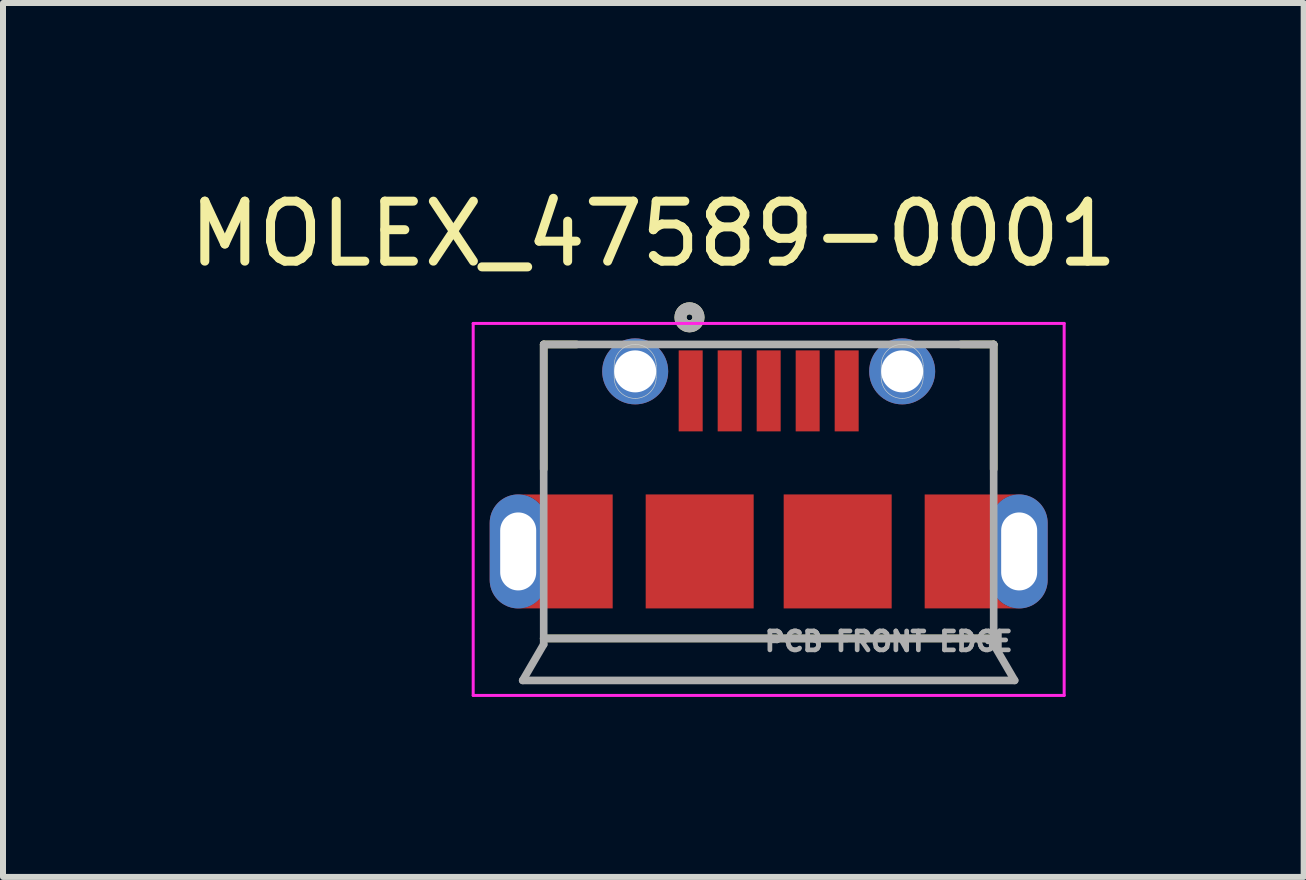
<source format=kicad_pcb>
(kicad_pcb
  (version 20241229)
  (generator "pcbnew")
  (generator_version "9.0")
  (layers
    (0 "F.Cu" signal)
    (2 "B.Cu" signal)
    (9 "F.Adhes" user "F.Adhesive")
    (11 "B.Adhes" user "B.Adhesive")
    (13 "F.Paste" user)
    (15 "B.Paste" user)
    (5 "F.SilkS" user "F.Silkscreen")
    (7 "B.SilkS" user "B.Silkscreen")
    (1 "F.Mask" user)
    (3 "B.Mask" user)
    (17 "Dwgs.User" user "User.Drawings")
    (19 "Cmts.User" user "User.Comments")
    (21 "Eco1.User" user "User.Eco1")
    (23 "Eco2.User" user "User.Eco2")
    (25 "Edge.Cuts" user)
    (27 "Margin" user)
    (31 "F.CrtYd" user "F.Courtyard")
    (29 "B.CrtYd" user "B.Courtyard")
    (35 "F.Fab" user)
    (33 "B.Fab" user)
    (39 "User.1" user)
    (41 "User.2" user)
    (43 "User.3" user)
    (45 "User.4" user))
  (footprint "MOLEX_47589-0001"
    (layer "F.Cu")
    (at 9.762 5.403)
    (property "Reference" "MOLEX_47589-0001" (at -1.922 -4.555 0) (layer "F.SilkS") (effects (font (size 1 1) (thickness 0.15))))
    (attr smd)
    (fp_poly (pts (xy -2.6 1.688) (xy -4.175 1.688) (xy -4.153 1.687) (xy -4.128 1.685) (xy -4.103 1.682) (xy -4.078 1.677) (xy -4.054 1.671) (xy -4.03 1.664) (xy -4.006 1.656) (xy -3.983 1.646) (xy -3.961 1.635) (xy -3.939 1.624) (xy -3.917 1.61) (xy -3.897 1.596) (xy -3.877 1.581) (xy -3.858 1.565) (xy -3.84 1.548) (xy -3.823 1.53) (xy -3.806 1.511) (xy -3.791 1.491) (xy -3.777 1.47) (xy -3.764 1.449) (xy -3.752 1.427) (xy -3.741 1.404) (xy -3.732 1.381) (xy -3.723 1.358) (xy -3.716 1.334) (xy -3.71 1.309) (xy -3.706 1.285) (xy -3.703 1.26) (xy -3.701 1.235) (xy -3.7 1.208) (xy -3.7 0.258) (xy -3.701 0.235) (xy -3.703 0.211) (xy -3.706 0.186) (xy -3.71 0.162) (xy -3.716 0.138) (xy -3.723 0.114) (xy -3.731 0.091) (xy -3.741 0.068) (xy -3.751 0.045) (xy -3.763 0.024) (xy -3.776 0.003) (xy -3.79 -0.018) (xy -3.805 -0.037) (xy -3.821 -0.056) (xy -3.838 -0.074) (xy -3.856 -0.091) (xy -3.875 -0.107) (xy -3.895 -0.122) (xy -3.915 -0.136) (xy -3.936 -0.149) (xy -3.958 -0.161) (xy -3.98 -0.172) (xy -4.003 -0.181) (xy -4.026 -0.189) (xy -4.05 -0.196) (xy -4.074 -0.202) (xy -4.099 -0.207) (xy -4.123 -0.21) (xy -4.148 -0.212) (xy -4.175 -0.212) (xy -2.6 -0.212) (xy -2.6 1.688) (xy -2.6 1.688)) (stroke (width 0.0001) (type solid)) (fill yes) (layer "F.Cu"))
    (fp_poly (pts (xy 2.6 -0.212) (xy 4.175 -0.212) (xy 4.153 -0.212) (xy 4.128 -0.21) (xy 4.103 -0.207) (xy 4.078 -0.202) (xy 4.054 -0.196) (xy 4.03 -0.189) (xy 4.006 -0.181) (xy 3.983 -0.171) (xy 3.961 -0.16) (xy 3.939 -0.149) (xy 3.917 -0.135) (xy 3.897 -0.121) (xy 3.877 -0.106) (xy 3.858 -0.09) (xy 3.84 -0.073) (xy 3.823 -0.055) (xy 3.806 -0.036) (xy 3.791 -0.016) (xy 3.777 0.005) (xy 3.764 0.026) (xy 3.752 0.048) (xy 3.741 0.071) (xy 3.732 0.094) (xy 3.723 0.117) (xy 3.716 0.141) (xy 3.71 0.166) (xy 3.706 0.19) (xy 3.703 0.215) (xy 3.701 0.24) (xy 3.7 0.268) (xy 3.7 1.218) (xy 3.701 1.24) (xy 3.703 1.264) (xy 3.706 1.289) (xy 3.71 1.313) (xy 3.716 1.337) (xy 3.723 1.361) (xy 3.731 1.384) (xy 3.741 1.407) (xy 3.751 1.43) (xy 3.763 1.451) (xy 3.776 1.472) (xy 3.79 1.493) (xy 3.805 1.512) (xy 3.821 1.531) (xy 3.838 1.549) (xy 3.856 1.566) (xy 3.875 1.582) (xy 3.895 1.597) (xy 3.915 1.611) (xy 3.936 1.624) (xy 3.958 1.636) (xy 3.98 1.647) (xy 4.003 1.656) (xy 4.026 1.664) (xy 4.05 1.671) (xy 4.074 1.677) (xy 4.099 1.682) (xy 4.123 1.685) (xy 4.148 1.687) (xy 4.175 1.688) (xy 2.6 1.688) (xy 2.6 -0.212) (xy 2.6 -0.212)) (stroke (width 0.0001) (type solid)) (fill yes) (layer "F.Cu"))
    (fp_poly (pts (xy -4.475 0.738) (xy -4.475 0.388) (xy -4.475 0.372) (xy -4.473 0.356) (xy -4.471 0.341) (xy -4.468 0.325) (xy -4.465 0.31) (xy -4.46 0.295) (xy -4.455 0.28) (xy -4.449 0.265) (xy -4.442 0.251) (xy -4.435 0.237) (xy -4.427 0.224) (xy -4.418 0.211) (xy -4.408 0.199) (xy -4.398 0.187) (xy -4.387 0.175) (xy -4.376 0.165) (xy -4.364 0.154) (xy -4.351 0.145) (xy -4.338 0.136) (xy -4.325 0.128) (xy -4.311 0.12) (xy -4.297 0.113) (xy -4.283 0.107) (xy -4.268 0.102) (xy -4.253 0.098) (xy -4.237 0.094) (xy -4.222 0.091) (xy -4.206 0.089) (xy -4.191 0.088) (xy -4.175 0.087) (xy -4.159 0.088) (xy -4.144 0.089) (xy -4.128 0.091) (xy -4.113 0.094) (xy -4.097 0.098) (xy -4.082 0.102) (xy -4.067 0.107) (xy -4.053 0.113) (xy -4.039 0.12) (xy -4.025 0.128) (xy -4.012 0.136) (xy -3.999 0.145) (xy -3.986 0.154) (xy -3.974 0.165) (xy -3.963 0.175) (xy -3.952 0.187) (xy -3.942 0.199) (xy -3.932 0.211) (xy -3.923 0.224) (xy -3.915 0.237) (xy -3.908 0.251) (xy -3.901 0.265) (xy -3.895 0.28) (xy -3.89 0.295) (xy -3.885 0.31) (xy -3.882 0.325) (xy -3.879 0.341) (xy -3.877 0.356) (xy -3.875 0.372) (xy -3.875 0.388) (xy -3.875 1.087) (xy -3.875 1.103) (xy -3.877 1.119) (xy -3.879 1.134) (xy -3.882 1.15) (xy -3.885 1.165) (xy -3.89 1.18) (xy -3.895 1.195) (xy -3.901 1.21) (xy -3.908 1.224) (xy -3.915 1.237) (xy -3.923 1.251) (xy -3.932 1.264) (xy -3.942 1.276) (xy -3.952 1.288) (xy -3.963 1.3) (xy -3.974 1.31) (xy -3.986 1.321) (xy -3.999 1.33) (xy -4.012 1.339) (xy -4.025 1.347) (xy -4.039 1.355) (xy -4.053 1.362) (xy -4.067 1.368) (xy -4.082 1.373) (xy -4.097 1.377) (xy -4.113 1.381) (xy -4.128 1.384) (xy -4.144 1.386) (xy -4.159 1.387) (xy -4.175 1.387) (xy -4.191 1.387) (xy -4.206 1.386) (xy -4.222 1.384) (xy -4.237 1.381) (xy -4.253 1.377) (xy -4.268 1.373) (xy -4.283 1.368) (xy -4.297 1.362) (xy -4.311 1.355) (xy -4.325 1.347) (xy -4.338 1.339) (xy -4.351 1.33) (xy -4.364 1.321) (xy -4.376 1.31) (xy -4.387 1.3) (xy -4.398 1.288) (xy -4.408 1.276) (xy -4.418 1.264) (xy -4.427 1.251) (xy -4.435 1.237) (xy -4.442 1.224) (xy -4.449 1.21) (xy -4.455 1.195) (xy -4.46 1.18) (xy -4.465 1.165) (xy -4.468 1.15) (xy -4.471 1.134) (xy -4.473 1.119) (xy -4.475 1.103) (xy -4.475 1.087) (xy -4.475 0.738) (xy -4.775 0.738) (xy -4.775 1.238) (xy -4.773 1.263) (xy -4.77 1.293) (xy -4.765 1.322) (xy -4.758 1.352) (xy -4.75 1.381) (xy -4.741 1.409) (xy -4.73 1.437) (xy -4.717 1.465) (xy -4.703 1.492) (xy -4.688 1.517) (xy -4.671 1.543) (xy -4.654 1.567) (xy -4.634 1.59) (xy -4.614 1.612) (xy -4.593 1.633) (xy -4.57 1.653) (xy -4.546 1.672) (xy -4.522 1.69) (xy -4.496 1.706) (xy -4.47 1.721) (xy -4.443 1.734) (xy -4.416 1.746) (xy -4.387 1.757) (xy -4.359 1.766) (xy -4.329 1.773) (xy -4.3 1.779) (xy -4.27 1.784) (xy -4.24 1.787) (xy -4.21 1.788) (xy -4.175 1.788) (xy -2.5 1.788) (xy -2.5 -0.313) (xy -4.175 -0.313) (xy -4.21 -0.313) (xy -4.24 -0.312) (xy -4.27 -0.309) (xy -4.3 -0.304) (xy -4.329 -0.298) (xy -4.359 -0.291) (xy -4.387 -0.282) (xy -4.416 -0.271) (xy -4.443 -0.259) (xy -4.47 -0.246) (xy -4.496 -0.231) (xy -4.522 -0.215) (xy -4.546 -0.197) (xy -4.57 -0.178) (xy -4.593 -0.158) (xy -4.614 -0.137) (xy -4.634 -0.115) (xy -4.654 -0.092) (xy -4.671 -0.068) (xy -4.688 -0.042) (xy -4.703 -0.017) (xy -4.717 0.01) (xy -4.73 0.038) (xy -4.741 0.066) (xy -4.75 0.094) (xy -4.758 0.123) (xy -4.765 0.153) (xy -4.77 0.182) (xy -4.773 0.212) (xy -4.775 0.237) (xy -4.775 0.738) (xy -4.475 0.738) (xy -4.475 0.738)) (stroke (width 0) (type solid)) (fill yes) (layer "F.Mask"))
    (fp_poly (pts (xy 4.475 0.738) (xy 4.475 1.087) (xy 4.475 1.103) (xy 4.473 1.119) (xy 4.471 1.134) (xy 4.468 1.15) (xy 4.465 1.165) (xy 4.46 1.18) (xy 4.455 1.195) (xy 4.449 1.21) (xy 4.442 1.224) (xy 4.435 1.237) (xy 4.427 1.251) (xy 4.418 1.264) (xy 4.408 1.276) (xy 4.398 1.288) (xy 4.387 1.3) (xy 4.376 1.31) (xy 4.364 1.321) (xy 4.351 1.33) (xy 4.338 1.339) (xy 4.325 1.347) (xy 4.311 1.355) (xy 4.297 1.362) (xy 4.283 1.368) (xy 4.268 1.373) (xy 4.253 1.377) (xy 4.237 1.381) (xy 4.222 1.384) (xy 4.206 1.386) (xy 4.191 1.387) (xy 4.175 1.387) (xy 4.159 1.387) (xy 4.144 1.386) (xy 4.128 1.384) (xy 4.113 1.381) (xy 4.097 1.377) (xy 4.082 1.373) (xy 4.067 1.368) (xy 4.053 1.362) (xy 4.039 1.355) (xy 4.025 1.347) (xy 4.012 1.339) (xy 3.999 1.33) (xy 3.986 1.321) (xy 3.974 1.31) (xy 3.963 1.3) (xy 3.952 1.288) (xy 3.942 1.276) (xy 3.932 1.264) (xy 3.923 1.251) (xy 3.915 1.237) (xy 3.908 1.224) (xy 3.901 1.21) (xy 3.895 1.195) (xy 3.89 1.18) (xy 3.885 1.165) (xy 3.882 1.15) (xy 3.879 1.134) (xy 3.877 1.119) (xy 3.875 1.103) (xy 3.875 1.087) (xy 3.875 0.388) (xy 3.875 0.372) (xy 3.877 0.356) (xy 3.879 0.341) (xy 3.882 0.325) (xy 3.885 0.31) (xy 3.89 0.295) (xy 3.895 0.28) (xy 3.901 0.265) (xy 3.908 0.251) (xy 3.915 0.237) (xy 3.923 0.224) (xy 3.932 0.211) (xy 3.942 0.199) (xy 3.952 0.187) (xy 3.963 0.175) (xy 3.974 0.165) (xy 3.986 0.154) (xy 3.999 0.145) (xy 4.012 0.136) (xy 4.025 0.128) (xy 4.039 0.12) (xy 4.053 0.113) (xy 4.067 0.107) (xy 4.082 0.102) (xy 4.097 0.098) (xy 4.113 0.094) (xy 4.128 0.091) (xy 4.144 0.089) (xy 4.159 0.088) (xy 4.175 0.087) (xy 4.191 0.088) (xy 4.206 0.089) (xy 4.222 0.091) (xy 4.237 0.094) (xy 4.253 0.098) (xy 4.268 0.102) (xy 4.283 0.107) (xy 4.297 0.113) (xy 4.311 0.12) (xy 4.325 0.128) (xy 4.338 0.136) (xy 4.351 0.145) (xy 4.364 0.154) (xy 4.376 0.165) (xy 4.387 0.175) (xy 4.398 0.187) (xy 4.408 0.199) (xy 4.418 0.211) (xy 4.427 0.224) (xy 4.435 0.237) (xy 4.442 0.251) (xy 4.449 0.265) (xy 4.455 0.28) (xy 4.46 0.295) (xy 4.465 0.31) (xy 4.468 0.325) (xy 4.471 0.341) (xy 4.473 0.356) (xy 4.475 0.372) (xy 4.475 0.388) (xy 4.475 0.738) (xy 4.775 0.738) (xy 4.775 0.237) (xy 4.773 0.212) (xy 4.77 0.182) (xy 4.765 0.153) (xy 4.758 0.123) (xy 4.75 0.094) (xy 4.741 0.066) (xy 4.73 0.038) (xy 4.717 0.01) (xy 4.703 -0.017) (xy 4.688 -0.042) (xy 4.671 -0.068) (xy 4.654 -0.092) (xy 4.634 -0.115) (xy 4.614 -0.137) (xy 4.593 -0.158) (xy 4.57 -0.178) (xy 4.546 -0.197) (xy 4.522 -0.215) (xy 4.496 -0.231) (xy 4.47 -0.246) (xy 4.443 -0.259) (xy 4.416 -0.271) (xy 4.387 -0.282) (xy 4.359 -0.291) (xy 4.329 -0.298) (xy 4.3 -0.304) (xy 4.27 -0.309) (xy 4.24 -0.312) (xy 4.21 -0.313) (xy 4.175 -0.313) (xy 2.5 -0.313) (xy 2.5 1.788) (xy 4.175 1.788) (xy 4.21 1.788) (xy 4.24 1.787) (xy 4.27 1.784) (xy 4.3 1.779) (xy 4.329 1.773) (xy 4.359 1.766) (xy 4.387 1.757) (xy 4.416 1.746) (xy 4.443 1.734) (xy 4.47 1.721) (xy 4.496 1.706) (xy 4.522 1.69) (xy 4.546 1.672) (xy 4.57 1.653) (xy 4.593 1.633) (xy 4.614 1.612) (xy 4.634 1.59) (xy 4.654 1.567) (xy 4.671 1.543) (xy 4.688 1.517) (xy 4.703 1.492) (xy 4.717 1.465) (xy 4.73 1.437) (xy 4.741 1.409) (xy 4.75 1.381) (xy 4.758 1.352) (xy 4.765 1.322) (xy 4.77 1.293) (xy 4.773 1.263) (xy 4.775 1.238) (xy 4.775 0.738) (xy 4.475 0.738) (xy 4.475 0.738)) (stroke (width 0) (type solid)) (fill yes) (layer "F.Mask"))
    (fp_line (start -3.75 -2.712) (end -3.2 -2.712) (stroke (width 0.127) (type solid)) (layer "F.SilkS"))
    (fp_line (start -3.75 -0.632) (end -3.75 -2.712) (stroke (width 0.127) (type solid)) (layer "F.SilkS"))
    (fp_line (start -3.75 2.188) (end 3.75 2.188) (stroke (width 0.127) (type solid)) (layer "F.SilkS"))
    (fp_line (start 3.75 -2.712) (end 3.2 -2.712) (stroke (width 0.127) (type solid)) (layer "F.SilkS"))
    (fp_line (start 3.75 -0.632) (end 3.75 -2.712) (stroke (width 0.127) (type solid)) (layer "F.SilkS"))
    (fp_circle (center -1.32 -3.164) (end -1.27 -3.164) (stroke (width 0.2) (type solid)) (fill no) (layer "F.SilkS"))
    (fp_poly (pts (xy -4.475 0.738) (xy -4.475 0.388) (xy -4.475 0.372) (xy -4.473 0.356) (xy -4.471 0.341) (xy -4.468 0.325) (xy -4.465 0.31) (xy -4.46 0.295) (xy -4.455 0.28) (xy -4.449 0.265) (xy -4.442 0.251) (xy -4.435 0.237) (xy -4.427 0.224) (xy -4.418 0.211) (xy -4.408 0.199) (xy -4.398 0.187) (xy -4.387 0.175) (xy -4.376 0.165) (xy -4.364 0.154) (xy -4.351 0.145) (xy -4.338 0.136) (xy -4.325 0.128) (xy -4.311 0.12) (xy -4.297 0.113) (xy -4.283 0.107) (xy -4.268 0.102) (xy -4.253 0.098) (xy -4.237 0.094) (xy -4.222 0.091) (xy -4.206 0.089) (xy -4.191 0.088) (xy -4.175 0.087) (xy -4.159 0.088) (xy -4.144 0.089) (xy -4.128 0.091) (xy -4.113 0.094) (xy -4.097 0.098) (xy -4.082 0.102) (xy -4.067 0.107) (xy -4.053 0.113) (xy -4.039 0.12) (xy -4.025 0.128) (xy -4.012 0.136) (xy -3.999 0.145) (xy -3.986 0.154) (xy -3.974 0.165) (xy -3.963 0.175) (xy -3.952 0.187) (xy -3.942 0.199) (xy -3.932 0.211) (xy -3.923 0.224) (xy -3.915 0.237) (xy -3.908 0.251) (xy -3.901 0.265) (xy -3.895 0.28) (xy -3.89 0.295) (xy -3.885 0.31) (xy -3.882 0.325) (xy -3.879 0.341) (xy -3.877 0.356) (xy -3.875 0.372) (xy -3.875 0.388) (xy -3.875 1.087) (xy -3.875 1.103) (xy -3.877 1.119) (xy -3.879 1.134) (xy -3.882 1.15) (xy -3.885 1.165) (xy -3.89 1.18) (xy -3.895 1.195) (xy -3.901 1.21) (xy -3.908 1.224) (xy -3.915 1.237) (xy -3.923 1.251) (xy -3.932 1.264) (xy -3.942 1.276) (xy -3.952 1.288) (xy -3.963 1.3) (xy -3.974 1.31) (xy -3.986 1.321) (xy -3.999 1.33) (xy -4.012 1.339) (xy -4.025 1.347) (xy -4.039 1.355) (xy -4.053 1.362) (xy -4.067 1.368) (xy -4.082 1.373) (xy -4.097 1.377) (xy -4.113 1.381) (xy -4.128 1.384) (xy -4.144 1.386) (xy -4.159 1.387) (xy -4.175 1.387) (xy -4.191 1.387) (xy -4.206 1.386) (xy -4.222 1.384) (xy -4.237 1.381) (xy -4.253 1.377) (xy -4.268 1.373) (xy -4.283 1.368) (xy -4.297 1.362) (xy -4.311 1.355) (xy -4.325 1.347) (xy -4.338 1.339) (xy -4.351 1.33) (xy -4.364 1.321) (xy -4.376 1.31) (xy -4.387 1.3) (xy -4.398 1.288) (xy -4.408 1.276) (xy -4.418 1.264) (xy -4.427 1.251) (xy -4.435 1.237) (xy -4.442 1.224) (xy -4.449 1.21) (xy -4.455 1.195) (xy -4.46 1.18) (xy -4.465 1.165) (xy -4.468 1.15) (xy -4.471 1.134) (xy -4.473 1.119) (xy -4.475 1.103) (xy -4.475 1.087) (xy -4.475 0.738) (xy -4.675 0.738) (xy -4.675 1.238) (xy -4.673 1.262) (xy -4.67 1.287) (xy -4.665 1.311) (xy -4.659 1.336) (xy -4.652 1.359) (xy -4.644 1.383) (xy -4.635 1.406) (xy -4.624 1.428) (xy -4.612 1.45) (xy -4.599 1.472) (xy -4.585 1.492) (xy -4.57 1.512) (xy -4.553 1.531) (xy -4.536 1.549) (xy -4.518 1.566) (xy -4.499 1.582) (xy -4.48 1.597) (xy -4.459 1.611) (xy -4.438 1.624) (xy -4.416 1.636) (xy -4.393 1.647) (xy -4.37 1.657) (xy -4.347 1.665) (xy -4.323 1.672) (xy -4.299 1.678) (xy -4.274 1.682) (xy -4.25 1.686) (xy -4.225 1.688) (xy -4.2 1.688) (xy -4.175 1.688) (xy -2.6 1.688) (xy -2.6 -0.212) (xy -4.175 -0.212) (xy -4.2 -0.213) (xy -4.225 -0.213) (xy -4.25 -0.211) (xy -4.274 -0.207) (xy -4.299 -0.203) (xy -4.323 -0.197) (xy -4.347 -0.19) (xy -4.37 -0.182) (xy -4.393 -0.172) (xy -4.416 -0.161) (xy -4.438 -0.149) (xy -4.459 -0.136) (xy -4.48 -0.122) (xy -4.499 -0.107) (xy -4.518 -0.091) (xy -4.536 -0.074) (xy -4.553 -0.056) (xy -4.57 -0.037) (xy -4.585 -0.017) (xy -4.599 0.003) (xy -4.612 0.025) (xy -4.624 0.047) (xy -4.635 0.069) (xy -4.644 0.092) (xy -4.652 0.116) (xy -4.659 0.139) (xy -4.665 0.164) (xy -4.67 0.188) (xy -4.673 0.213) (xy -4.675 0.237) (xy -4.675 0.738) (xy -4.475 0.738) (xy -4.475 0.738)) (stroke (width 0) (type solid)) (fill yes) (layer "F.Paste"))
    (fp_poly (pts (xy 4.475 0.738) (xy 4.475 1.087) (xy 4.475 1.103) (xy 4.473 1.119) (xy 4.471 1.134) (xy 4.468 1.15) (xy 4.465 1.165) (xy 4.46 1.18) (xy 4.455 1.195) (xy 4.449 1.21) (xy 4.442 1.224) (xy 4.435 1.237) (xy 4.427 1.251) (xy 4.418 1.264) (xy 4.408 1.276) (xy 4.398 1.288) (xy 4.387 1.3) (xy 4.376 1.31) (xy 4.364 1.321) (xy 4.351 1.33) (xy 4.338 1.339) (xy 4.325 1.347) (xy 4.311 1.355) (xy 4.297 1.362) (xy 4.283 1.368) (xy 4.268 1.373) (xy 4.253 1.377) (xy 4.237 1.381) (xy 4.222 1.384) (xy 4.206 1.386) (xy 4.191 1.387) (xy 4.175 1.387) (xy 4.159 1.387) (xy 4.144 1.386) (xy 4.128 1.384) (xy 4.113 1.381) (xy 4.097 1.377) (xy 4.082 1.373) (xy 4.067 1.368) (xy 4.053 1.362) (xy 4.039 1.355) (xy 4.025 1.347) (xy 4.012 1.339) (xy 3.999 1.33) (xy 3.986 1.321) (xy 3.974 1.31) (xy 3.963 1.3) (xy 3.952 1.288) (xy 3.942 1.276) (xy 3.932 1.264) (xy 3.923 1.251) (xy 3.915 1.237) (xy 3.908 1.224) (xy 3.901 1.21) (xy 3.895 1.195) (xy 3.89 1.18) (xy 3.885 1.165) (xy 3.882 1.15) (xy 3.879 1.134) (xy 3.877 1.119) (xy 3.875 1.103) (xy 3.875 1.087) (xy 3.875 0.388) (xy 3.875 0.372) (xy 3.877 0.356) (xy 3.879 0.341) (xy 3.882 0.325) (xy 3.885 0.31) (xy 3.89 0.295) (xy 3.895 0.28) (xy 3.901 0.265) (xy 3.908 0.251) (xy 3.915 0.237) (xy 3.923 0.224) (xy 3.932 0.211) (xy 3.942 0.199) (xy 3.952 0.187) (xy 3.963 0.175) (xy 3.974 0.165) (xy 3.986 0.154) (xy 3.999 0.145) (xy 4.012 0.136) (xy 4.025 0.128) (xy 4.039 0.12) (xy 4.053 0.113) (xy 4.067 0.107) (xy 4.082 0.102) (xy 4.097 0.098) (xy 4.113 0.094) (xy 4.128 0.091) (xy 4.144 0.089) (xy 4.159 0.088) (xy 4.175 0.087) (xy 4.191 0.088) (xy 4.206 0.089) (xy 4.222 0.091) (xy 4.237 0.094) (xy 4.253 0.098) (xy 4.268 0.102) (xy 4.283 0.107) (xy 4.297 0.113) (xy 4.311 0.12) (xy 4.325 0.128) (xy 4.338 0.136) (xy 4.351 0.145) (xy 4.364 0.154) (xy 4.376 0.165) (xy 4.387 0.175) (xy 4.398 0.187) (xy 4.408 0.199) (xy 4.418 0.211) (xy 4.427 0.224) (xy 4.435 0.237) (xy 4.442 0.251) (xy 4.449 0.265) (xy 4.455 0.28) (xy 4.46 0.295) (xy 4.465 0.31) (xy 4.468 0.325) (xy 4.471 0.341) (xy 4.473 0.356) (xy 4.475 0.372) (xy 4.475 0.388) (xy 4.475 0.738) (xy 4.675 0.738) (xy 4.675 0.237) (xy 4.673 0.213) (xy 4.67 0.188) (xy 4.665 0.164) (xy 4.659 0.139) (xy 4.652 0.116) (xy 4.644 0.092) (xy 4.635 0.069) (xy 4.624 0.047) (xy 4.612 0.025) (xy 4.599 0.003) (xy 4.585 -0.017) (xy 4.57 -0.037) (xy 4.553 -0.056) (xy 4.536 -0.074) (xy 4.518 -0.091) (xy 4.499 -0.107) (xy 4.48 -0.122) (xy 4.459 -0.136) (xy 4.438 -0.149) (xy 4.416 -0.161) (xy 4.393 -0.172) (xy 4.37 -0.182) (xy 4.347 -0.19) (xy 4.323 -0.197) (xy 4.299 -0.203) (xy 4.274 -0.207) (xy 4.25 -0.211) (xy 4.225 -0.213) (xy 4.2 -0.213) (xy 4.175 -0.212) (xy 2.6 -0.212) (xy 2.6 1.688) (xy 4.175 1.688) (xy 4.2 1.688) (xy 4.225 1.688) (xy 4.25 1.686) (xy 4.274 1.682) (xy 4.299 1.678) (xy 4.323 1.672) (xy 4.347 1.665) (xy 4.37 1.657) (xy 4.393 1.647) (xy 4.416 1.636) (xy 4.438 1.624) (xy 4.459 1.611) (xy 4.48 1.597) (xy 4.499 1.582) (xy 4.518 1.566) (xy 4.536 1.549) (xy 4.553 1.531) (xy 4.57 1.512) (xy 4.585 1.492) (xy 4.599 1.472) (xy 4.612 1.45) (xy 4.624 1.428) (xy 4.635 1.406) (xy 4.644 1.383) (xy 4.652 1.359) (xy 4.659 1.336) (xy 4.665 1.311) (xy 4.67 1.287) (xy 4.673 1.262) (xy 4.675 1.238) (xy 4.675 0.738) (xy 4.475 0.738) (xy 4.475 0.738)) (stroke (width 0) (type solid)) (fill yes) (layer "F.Paste"))
    (fp_line (start -2.575 -2.163) (end -2.575 -2.362) (stroke (width 0.01) (type solid)) (layer "Edge.Cuts"))
    (fp_line (start 1.875 -2.163) (end 1.875 -2.362) (stroke (width 0.01) (type solid)) (layer "Edge.Cuts"))
    (fp_arc (start -2.575 -2.3625) (mid -2.472487 -2.609987) (end -2.225 -2.7125) (stroke (width 0.01) (type solid)) (layer "Edge.Cuts"))
    (fp_arc (start -2.225 -2.7125) (mid -1.977513 -2.609987) (end -1.875 -2.3625) (stroke (width 0.01) (type solid)) (layer "Edge.Cuts"))
    (fp_arc (start -2.225 -1.8125) (mid -2.472487 -1.915013) (end -2.575 -2.1625) (stroke (width 0.01) (type solid)) (layer "Edge.Cuts"))
    (fp_arc (start -1.875 -2.1625) (mid -1.977513 -1.915013) (end -2.225 -1.8125) (stroke (width 0.01) (type solid)) (layer "Edge.Cuts"))
    (fp_arc (start -1.875 -2.1625) (mid -1.876407 -2.2625) (end -1.875 -2.3625) (stroke (width 0.01) (type solid)) (layer "Edge.Cuts"))
    (fp_arc (start 1.875 -2.3625) (mid 1.977513 -2.609987) (end 2.225 -2.7125) (stroke (width 0.01) (type solid)) (layer "Edge.Cuts"))
    (fp_arc (start 2.225 -2.7125) (mid 2.472487 -2.609987) (end 2.575 -2.3625) (stroke (width 0.01) (type solid)) (layer "Edge.Cuts"))
    (fp_arc (start 2.225 -1.8125) (mid 1.977513 -1.915013) (end 1.875 -2.1625) (stroke (width 0.01) (type solid)) (layer "Edge.Cuts"))
    (fp_arc (start 2.575 -2.1625) (mid 2.472487 -1.915013) (end 2.225 -1.8125) (stroke (width 0.01) (type solid)) (layer "Edge.Cuts"))
    (fp_arc (start 2.575 -2.1625) (mid 2.573593 -2.2625) (end 2.575 -2.3625) (stroke (width 0.01) (type solid)) (layer "Edge.Cuts"))
    (fp_line (start -4.925 -3.062) (end 4.925 -3.062) (stroke (width 0.05) (type solid)) (layer "F.CrtYd"))
    (fp_line (start -4.925 3.138) (end -4.925 -3.062) (stroke (width 0.05) (type solid)) (layer "F.CrtYd"))
    (fp_line (start 4.925 -3.062) (end 4.925 3.138) (stroke (width 0.05) (type solid)) (layer "F.CrtYd"))
    (fp_line (start 4.925 3.138) (end -4.925 3.138) (stroke (width 0.05) (type solid)) (layer "F.CrtYd"))
    (fp_line (start -4.1 2.888) (end -3.75 2.288) (stroke (width 0.127) (type solid)) (layer "F.Fab"))
    (fp_line (start -4.1 2.888) (end 4.1 2.888) (stroke (width 0.127) (type solid)) (layer "F.Fab"))
    (fp_line (start -3.75 -2.712) (end 3.75 -2.712) (stroke (width 0.127) (type solid)) (layer "F.Fab"))
    (fp_line (start -3.75 2.188) (end 3.75 2.188) (stroke (width 0.127) (type solid)) (layer "F.Fab"))
    (fp_line (start -3.75 2.288) (end -3.75 -2.712) (stroke (width 0.127) (type solid)) (layer "F.Fab"))
    (fp_line (start 3.75 -2.712) (end 3.75 2.288) (stroke (width 0.127) (type solid)) (layer "F.Fab"))
    (fp_line (start 4.1 2.888) (end 3.75 2.288) (stroke (width 0.127) (type solid)) (layer "F.Fab"))
    (fp_circle (center -1.32 -3.164) (end -1.27 -3.164) (stroke (width 0.2) (type solid)) (fill no) (layer "F.Fab"))
    (fp_text user "PCB FRONT EDGE" (at 2 2.237 0) (layer "F.Fab") (effects (font (size 0.315 0.315) (thickness 0.079))))
    (pad "1" smd rect (at -1.3 -1.938 270) (size 1.35 0.4) (layers "F.Cu" "F.Mask" "F.Paste"))
    (pad "2" smd rect (at -0.65 -1.938 270) (size 1.35 0.4) (layers "F.Cu" "F.Mask" "F.Paste"))
    (pad "3" smd rect (at 0 -1.938 270) (size 1.35 0.4) (layers "F.Cu" "F.Mask" "F.Paste"))
    (pad "4" smd rect (at 0.65 -1.938 270) (size 1.35 0.4) (layers "F.Cu" "F.Mask" "F.Paste"))
    (pad "5" smd rect (at 1.3 -1.938 270) (size 1.35 0.4) (layers "F.Cu" "F.Mask" "F.Paste"))
    (pad "S1" thru_hole oval (at -4.175 0.738) (size 0.95 1.9) (drill oval 0.6 1.3) (layers "*.Cu"))
    (pad "S2" smd rect (at -1.15 0.738 90) (size 1.9 1.8) (layers "F.Cu" "F.Mask" "F.Paste"))
    (pad "S3" smd rect (at 1.15 0.738 90) (size 1.9 1.8) (layers "F.Cu" "F.Mask" "F.Paste"))
    (pad "S4" thru_hole oval (at 4.175 0.738) (size 0.95 1.9) (drill oval 0.6 1.3) (layers "*.Cu"))
    (pad "S5" thru_hole circle (at -2.225 -2.263) (size 1.1 1.1) (drill 0.7) (layers "*.Cu" "*.Mask"))
    (pad "S6" thru_hole circle (at 2.225 -2.263) (size 1.1 1.1) (drill 0.7) (layers "*.Cu" "*.Mask")))
  (gr_rect
    (start -3 -3)
    (end 18.679 11.566)
    (stroke (width 0.1) (type default))
    (fill no)
    (layer "Edge.Cuts")))
</source>
